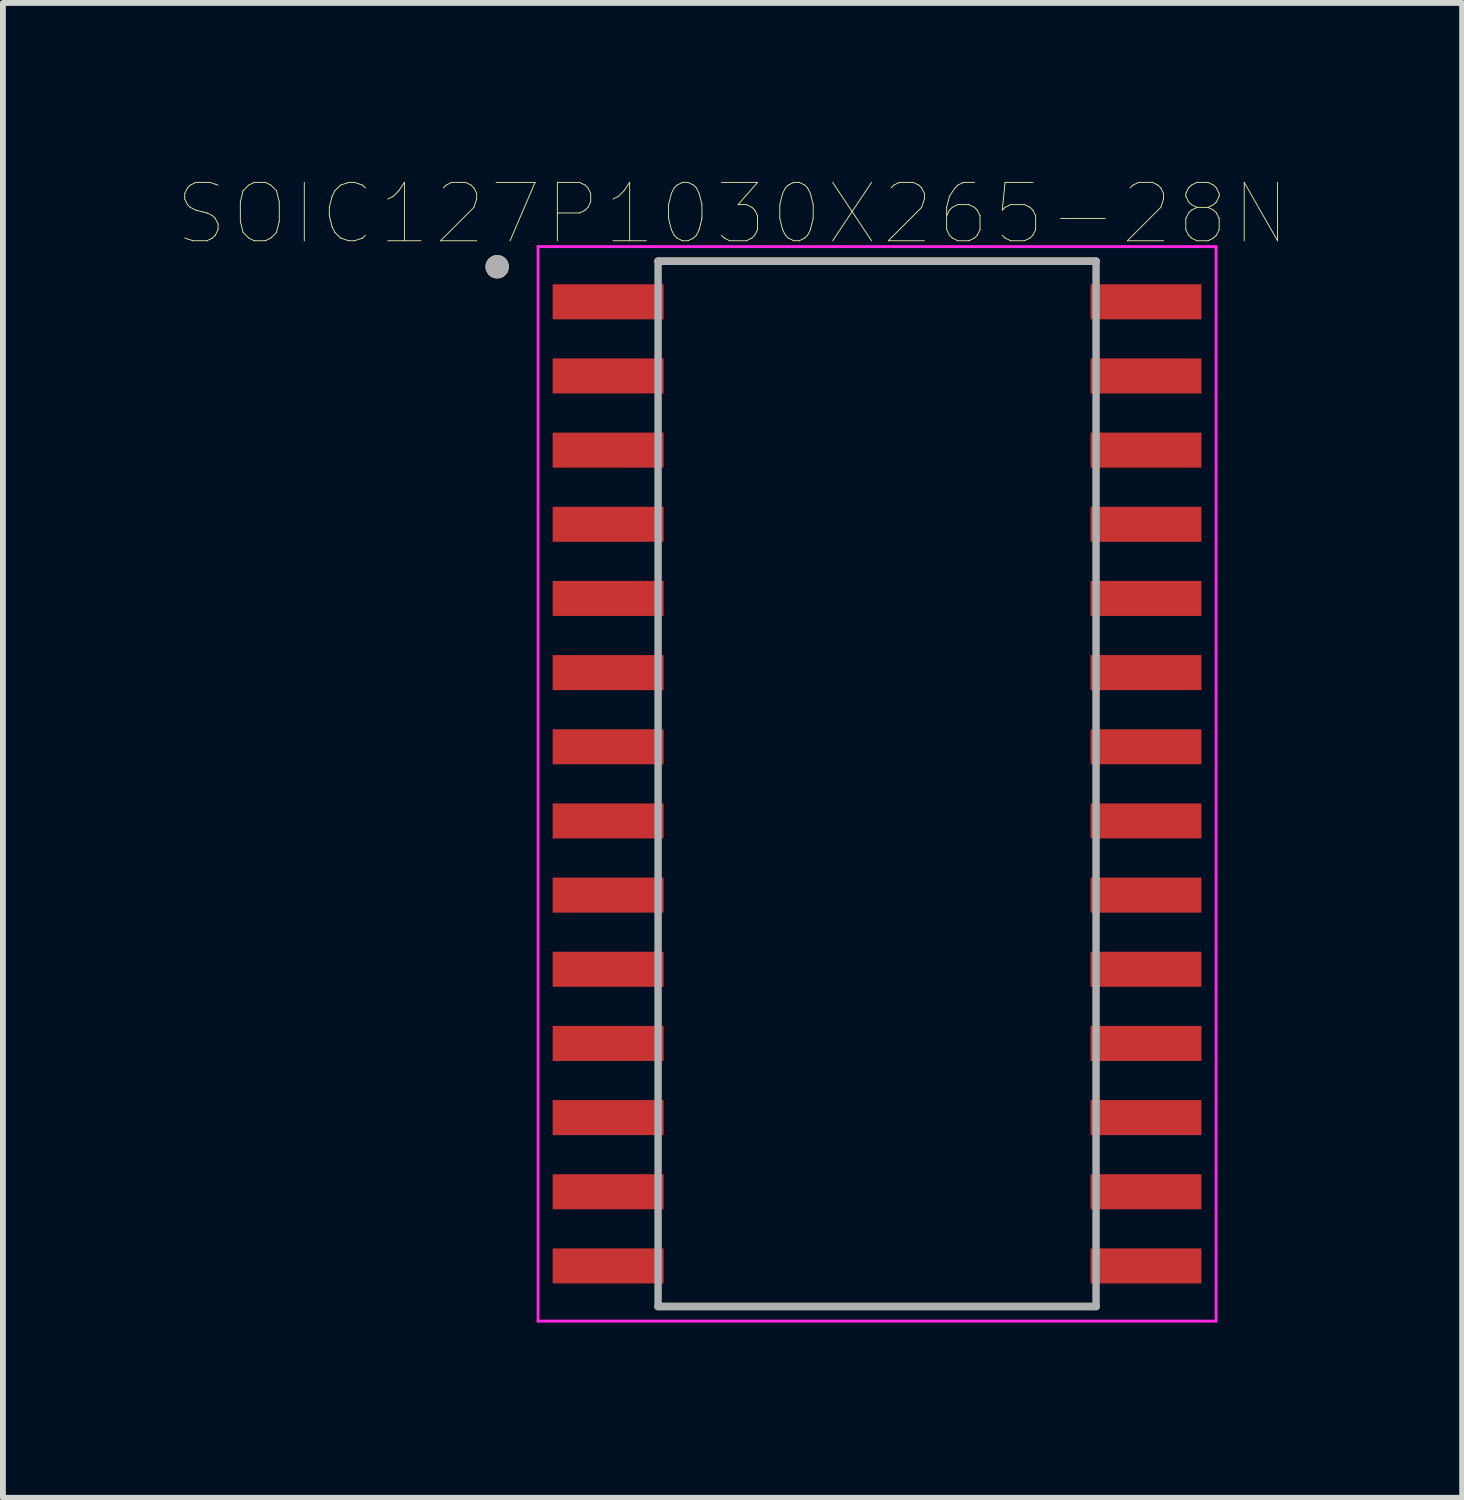
<source format=kicad_pcb>
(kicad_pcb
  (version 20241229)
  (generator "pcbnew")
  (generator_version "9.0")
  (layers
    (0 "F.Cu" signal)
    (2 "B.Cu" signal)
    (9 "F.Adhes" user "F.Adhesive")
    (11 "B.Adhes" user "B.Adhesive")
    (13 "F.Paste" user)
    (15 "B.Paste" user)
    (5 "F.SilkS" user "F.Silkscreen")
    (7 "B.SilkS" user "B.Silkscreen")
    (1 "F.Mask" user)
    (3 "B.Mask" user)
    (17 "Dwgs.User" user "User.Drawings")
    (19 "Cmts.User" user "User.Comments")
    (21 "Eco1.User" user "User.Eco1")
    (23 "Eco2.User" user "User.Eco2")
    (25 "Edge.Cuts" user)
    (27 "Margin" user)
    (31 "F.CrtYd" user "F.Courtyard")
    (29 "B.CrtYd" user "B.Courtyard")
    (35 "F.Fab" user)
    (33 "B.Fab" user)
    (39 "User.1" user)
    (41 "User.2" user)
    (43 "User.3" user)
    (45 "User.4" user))
  (footprint "SOIC127P1030X265-28N"
    (layer "F.Cu")
    (at 11.969 10.373)
    (property "Reference" "SOIC127P1030X265-28N" (at -2.475 -9.762 0) (layer "F.SilkS") (effects (font (size 1 1) (thickness 0.015))))
    (attr through_hole)
    (fp_line (start -3.75 -8.95) (end 3.75 -8.95) (stroke (width 0.127) (type solid)) (layer "F.SilkS"))
    (fp_line (start -3.75 8.95) (end 3.75 8.95) (stroke (width 0.127) (type solid)) (layer "F.SilkS"))
    (fp_circle (center -6.505 -8.855) (end -6.405 -8.855) (stroke (width 0.2) (type solid)) (fill no) (layer "F.SilkS"))
    (fp_line (start -5.805 -9.2) (end -5.805 9.2) (stroke (width 0.05) (type solid)) (layer "F.CrtYd"))
    (fp_line (start -5.805 -9.2) (end 5.805 -9.2) (stroke (width 0.05) (type solid)) (layer "F.CrtYd"))
    (fp_line (start -5.805 9.2) (end 5.805 9.2) (stroke (width 0.05) (type solid)) (layer "F.CrtYd"))
    (fp_line (start 5.805 -9.2) (end 5.805 9.2) (stroke (width 0.05) (type solid)) (layer "F.CrtYd"))
    (fp_line (start -3.75 -8.95) (end -3.75 8.95) (stroke (width 0.127) (type solid)) (layer "F.Fab"))
    (fp_line (start -3.75 -8.95) (end 3.75 -8.95) (stroke (width 0.127) (type solid)) (layer "F.Fab"))
    (fp_line (start -3.75 8.95) (end 3.75 8.95) (stroke (width 0.127) (type solid)) (layer "F.Fab"))
    (fp_line (start 3.75 -8.95) (end 3.75 8.95) (stroke (width 0.127) (type solid)) (layer "F.Fab"))
    (fp_circle (center -6.505 -8.855) (end -6.405 -8.855) (stroke (width 0.2) (type solid)) (fill no) (layer "F.Fab"))
    (pad "1" smd rect (at -4.605 -8.255) (size 1.9 0.6) (layers "F.Cu" "F.Mask" "F.Paste"))
    (pad "2" smd rect (at -4.605 -6.985) (size 1.9 0.6) (layers "F.Cu" "F.Mask" "F.Paste"))
    (pad "3" smd rect (at -4.605 -5.715) (size 1.9 0.6) (layers "F.Cu" "F.Mask" "F.Paste"))
    (pad "4" smd rect (at -4.605 -4.445) (size 1.9 0.6) (layers "F.Cu" "F.Mask" "F.Paste"))
    (pad "5" smd rect (at -4.605 -3.175) (size 1.9 0.6) (layers "F.Cu" "F.Mask" "F.Paste"))
    (pad "6" smd rect (at -4.605 -1.905) (size 1.9 0.6) (layers "F.Cu" "F.Mask" "F.Paste"))
    (pad "7" smd rect (at -4.605 -0.635) (size 1.9 0.6) (layers "F.Cu" "F.Mask" "F.Paste"))
    (pad "8" smd rect (at -4.605 0.635) (size 1.9 0.6) (layers "F.Cu" "F.Mask" "F.Paste"))
    (pad "9" smd rect (at -4.605 1.905) (size 1.9 0.6) (layers "F.Cu" "F.Mask" "F.Paste"))
    (pad "10" smd rect (at -4.605 3.175) (size 1.9 0.6) (layers "F.Cu" "F.Mask" "F.Paste"))
    (pad "11" smd rect (at -4.605 4.445) (size 1.9 0.6) (layers "F.Cu" "F.Mask" "F.Paste"))
    (pad "12" smd rect (at -4.605 5.715) (size 1.9 0.6) (layers "F.Cu" "F.Mask" "F.Paste"))
    (pad "13" smd rect (at -4.605 6.985) (size 1.9 0.6) (layers "F.Cu" "F.Mask" "F.Paste"))
    (pad "14" smd rect (at -4.605 8.255) (size 1.9 0.6) (layers "F.Cu" "F.Mask" "F.Paste"))
    (pad "15" smd rect (at 4.605 8.255) (size 1.9 0.6) (layers "F.Cu" "F.Mask" "F.Paste"))
    (pad "16" smd rect (at 4.605 6.985) (size 1.9 0.6) (layers "F.Cu" "F.Mask" "F.Paste"))
    (pad "17" smd rect (at 4.605 5.715) (size 1.9 0.6) (layers "F.Cu" "F.Mask" "F.Paste"))
    (pad "18" smd rect (at 4.605 4.445) (size 1.9 0.6) (layers "F.Cu" "F.Mask" "F.Paste"))
    (pad "19" smd rect (at 4.605 3.175) (size 1.9 0.6) (layers "F.Cu" "F.Mask" "F.Paste"))
    (pad "20" smd rect (at 4.605 1.905) (size 1.9 0.6) (layers "F.Cu" "F.Mask" "F.Paste"))
    (pad "21" smd rect (at 4.605 0.635) (size 1.9 0.6) (layers "F.Cu" "F.Mask" "F.Paste"))
    (pad "22" smd rect (at 4.605 -0.635) (size 1.9 0.6) (layers "F.Cu" "F.Mask" "F.Paste"))
    (pad "23" smd rect (at 4.605 -1.905) (size 1.9 0.6) (layers "F.Cu" "F.Mask" "F.Paste"))
    (pad "24" smd rect (at 4.605 -3.175) (size 1.9 0.6) (layers "F.Cu" "F.Mask" "F.Paste"))
    (pad "25" smd rect (at 4.605 -4.445) (size 1.9 0.6) (layers "F.Cu" "F.Mask" "F.Paste"))
    (pad "26" smd rect (at 4.605 -5.715) (size 1.9 0.6) (layers "F.Cu" "F.Mask" "F.Paste"))
    (pad "27" smd rect (at 4.605 -6.985) (size 1.9 0.6) (layers "F.Cu" "F.Mask" "F.Paste"))
    (pad "28" smd rect (at 4.605 -8.255) (size 1.9 0.6) (layers "F.Cu" "F.Mask" "F.Paste")))
  (gr_rect
    (start -3 -3)
    (end 21.988 22.598)
    (stroke (width 0.1) (type default))
    (fill no)
    (layer "Edge.Cuts")))
</source>
